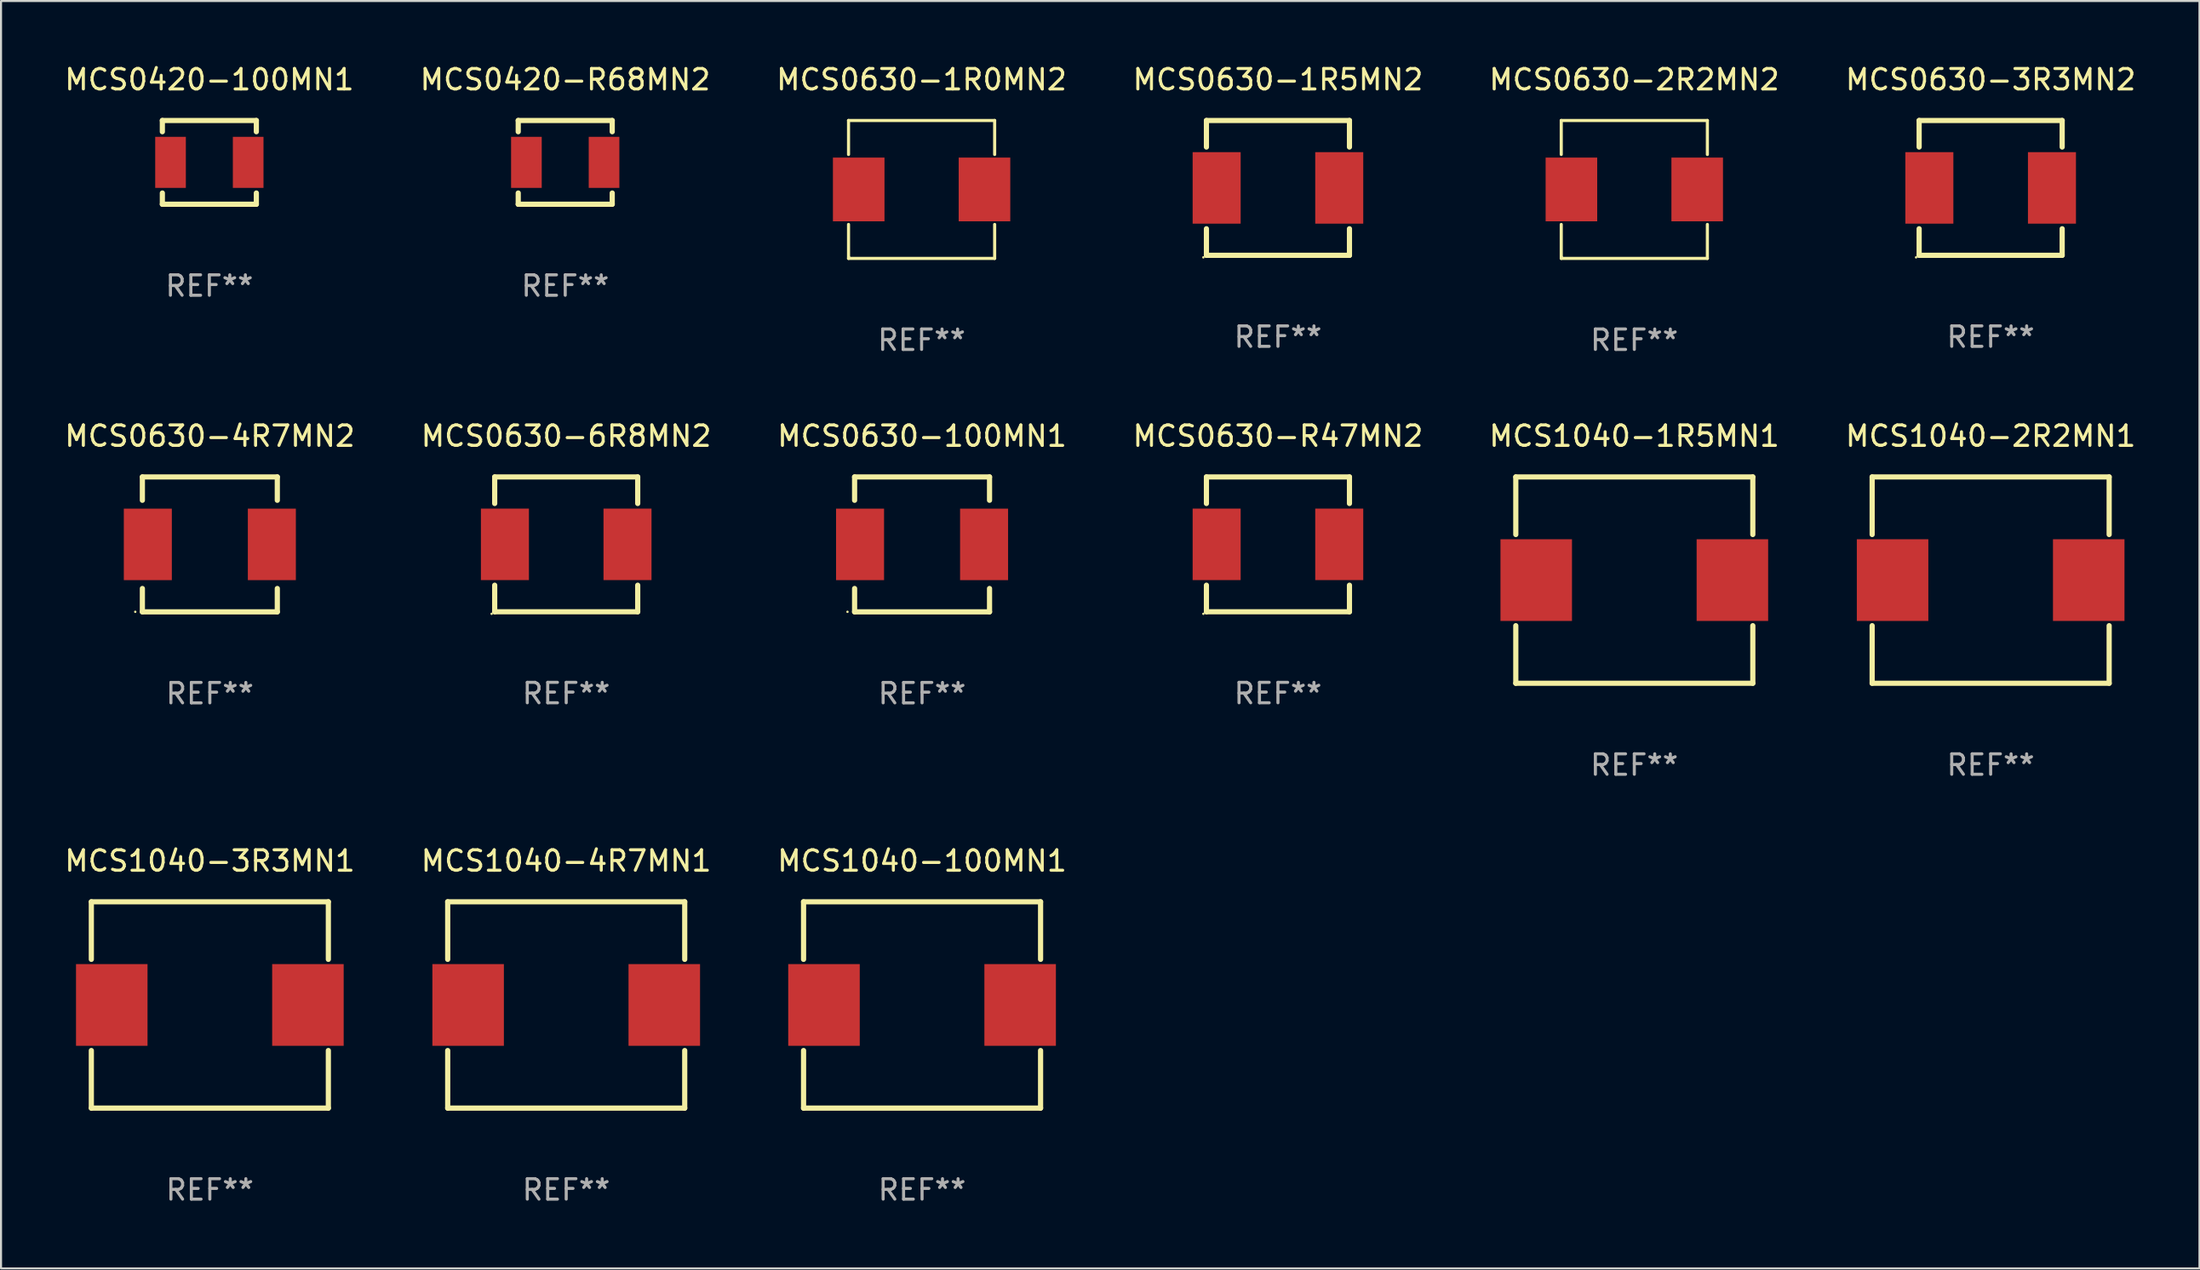
<source format=kicad_pcb>
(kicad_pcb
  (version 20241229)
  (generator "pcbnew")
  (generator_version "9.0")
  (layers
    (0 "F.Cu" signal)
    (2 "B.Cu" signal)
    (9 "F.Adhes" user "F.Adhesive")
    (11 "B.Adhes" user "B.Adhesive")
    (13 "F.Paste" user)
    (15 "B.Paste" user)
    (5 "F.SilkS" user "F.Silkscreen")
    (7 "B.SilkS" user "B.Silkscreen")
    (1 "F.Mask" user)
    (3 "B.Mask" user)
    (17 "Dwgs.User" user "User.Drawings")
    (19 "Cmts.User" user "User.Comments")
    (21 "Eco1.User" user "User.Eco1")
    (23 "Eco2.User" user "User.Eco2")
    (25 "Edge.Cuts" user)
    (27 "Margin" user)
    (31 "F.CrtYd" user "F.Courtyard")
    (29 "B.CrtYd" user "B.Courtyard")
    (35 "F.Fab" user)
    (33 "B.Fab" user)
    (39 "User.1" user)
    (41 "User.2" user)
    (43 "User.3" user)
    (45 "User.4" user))
  (footprint "MCS0630-2R2MN2"
    (layer "F.Cu")
    (at 76.935 6.224)
    (property "Reference" "MCS0630-2R2MN2" (at 0 -5.376 0) (layer "F.SilkS") (effects (font (size 1 1) (thickness 0.15))))
    (attr through_hole)
    (fp_line (start -3.576 -3.376) (end 3.576 -3.376) (stroke (width 0.152) (type solid)) (layer "F.SilkS"))
    (fp_line (start -3.576 -1.712) (end -3.576 -3.376) (stroke (width 0.152) (type solid)) (layer "F.SilkS"))
    (fp_line (start -3.576 1.712) (end -3.576 3.376) (stroke (width 0.152) (type solid)) (layer "F.SilkS"))
    (fp_line (start -3.576 3.376) (end 3.576 3.376) (stroke (width 0.152) (type solid)) (layer "F.SilkS"))
    (fp_line (start 3.576 -3.376) (end 3.576 -1.712) (stroke (width 0.152) (type solid)) (layer "F.SilkS"))
    (fp_line (start 3.576 3.376) (end 3.576 1.712) (stroke (width 0.152) (type solid)) (layer "F.SilkS"))
    (fp_circle (center -3.552 3.307) (end -3.522 3.307) (stroke (width 0.06) (type solid)) (fill no) (layer "F.SilkS"))
    (fp_text user "REF**" (at 0 7.376 0) (layer "F.Fab") (effects (font (size 1 1) (thickness 0.15))))
    (pad "1" smd rect (at -3.078 0) (size 2.524 3.12) (layers "F.Cu" "F.Mask" "F.Paste"))
    (pad "2" smd rect (at 3.078 0) (size 2.524 3.12) (layers "F.Cu" "F.Mask" "F.Paste")))
  (footprint "MCS1040-1R5MN1"
    (layer "F.Cu")
    (at 76.935 25.347)
    (property "Reference" "MCS1040-1R5MN1" (at 0 -7.05 0) (layer "F.SilkS") (effects (font (size 1 1) (thickness 0.15))))
    (attr through_hole)
    (fp_line (start -5.8 -5.05) (end 5.8 -5.05) (stroke (width 0.254) (type solid)) (layer "F.SilkS"))
    (fp_line (start -5.8 -2.231) (end -5.8 -5.05) (stroke (width 0.254) (type solid)) (layer "F.SilkS"))
    (fp_line (start -5.8 5.05) (end -5.8 2.231) (stroke (width 0.254) (type solid)) (layer "F.SilkS"))
    (fp_line (start 5.8 -5.05) (end 5.8 -2.231) (stroke (width 0.254) (type solid)) (layer "F.SilkS"))
    (fp_line (start 5.8 2.231) (end 5.8 5.05) (stroke (width 0.254) (type solid)) (layer "F.SilkS"))
    (fp_line (start 5.8 5.05) (end -5.8 5.05) (stroke (width 0.254) (type solid)) (layer "F.SilkS"))
    (fp_circle (center -5.8 5.05) (end -5.77 5.05) (stroke (width 0.06) (type solid)) (fill no) (layer "F.SilkS"))
    (fp_text user "REF**" (at 0 9.05 0) (layer "F.Fab") (effects (font (size 1 1) (thickness 0.15))))
    (pad "1" smd rect (at -4.8 0) (size 3.5 4) (layers "F.Cu" "F.Mask" "F.Paste"))
    (pad "2" smd rect (at 4.8 0) (size 3.5 4) (layers "F.Cu" "F.Mask" "F.Paste")))
  (footprint "MCS1040-4R7MN1"
    (layer "F.Cu")
    (at 24.661 46.144)
    (property "Reference" "MCS1040-4R7MN1" (at 0 -7.05 0) (layer "F.SilkS") (effects (font (size 1 1) (thickness 0.15))))
    (attr through_hole)
    (fp_line (start -5.8 -5.05) (end 5.8 -5.05) (stroke (width 0.254) (type solid)) (layer "F.SilkS"))
    (fp_line (start -5.8 -2.231) (end -5.8 -5.05) (stroke (width 0.254) (type solid)) (layer "F.SilkS"))
    (fp_line (start -5.8 5.05) (end -5.8 2.231) (stroke (width 0.254) (type solid)) (layer "F.SilkS"))
    (fp_line (start 5.8 -5.05) (end 5.8 -2.231) (stroke (width 0.254) (type solid)) (layer "F.SilkS"))
    (fp_line (start 5.8 2.231) (end 5.8 5.05) (stroke (width 0.254) (type solid)) (layer "F.SilkS"))
    (fp_line (start 5.8 5.05) (end -5.8 5.05) (stroke (width 0.254) (type solid)) (layer "F.SilkS"))
    (fp_circle (center -5.8 5.05) (end -5.77 5.05) (stroke (width 0.06) (type solid)) (fill no) (layer "F.SilkS"))
    (fp_text user "REF**" (at 0 9.05 0) (layer "F.Fab") (effects (font (size 1 1) (thickness 0.15))))
    (pad "1" smd rect (at -4.8 0) (size 3.5 4) (layers "F.Cu" "F.Mask" "F.Paste"))
    (pad "2" smd rect (at 4.8 0) (size 3.5 4) (layers "F.Cu" "F.Mask" "F.Paste")))
  (footprint "MCS1040-100MN1"
    (layer "F.Cu")
    (at 42.077 46.144)
    (property "Reference" "MCS1040-100MN1" (at 0 -7.05 0) (layer "F.SilkS") (effects (font (size 1 1) (thickness 0.15))))
    (attr through_hole)
    (fp_line (start -5.8 -5.05) (end 5.8 -5.05) (stroke (width 0.254) (type solid)) (layer "F.SilkS"))
    (fp_line (start -5.8 -2.231) (end -5.8 -5.05) (stroke (width 0.254) (type solid)) (layer "F.SilkS"))
    (fp_line (start -5.8 5.05) (end -5.8 2.231) (stroke (width 0.254) (type solid)) (layer "F.SilkS"))
    (fp_line (start 5.8 -5.05) (end 5.8 -2.231) (stroke (width 0.254) (type solid)) (layer "F.SilkS"))
    (fp_line (start 5.8 2.231) (end 5.8 5.05) (stroke (width 0.254) (type solid)) (layer "F.SilkS"))
    (fp_line (start 5.8 5.05) (end -5.8 5.05) (stroke (width 0.254) (type solid)) (layer "F.SilkS"))
    (fp_circle (center -5.8 5.05) (end -5.77 5.05) (stroke (width 0.06) (type solid)) (fill no) (layer "F.SilkS"))
    (fp_text user "REF**" (at 0 9.05 0) (layer "F.Fab") (effects (font (size 1 1) (thickness 0.15))))
    (pad "1" smd rect (at -4.8 0) (size 3.5 4) (layers "F.Cu" "F.Mask" "F.Paste"))
    (pad "2" smd rect (at 4.8 0) (size 3.5 4) (layers "F.Cu" "F.Mask" "F.Paste")))
  (footprint "MCS0630-100MN1"
    (layer "F.Cu")
    (at 42.077 23.599)
    (property "Reference" "MCS0630-100MN1" (at 0 -5.302 0) (layer "F.SilkS") (effects (font (size 1 1) (thickness 0.15))))
    (attr through_hole)
    (fp_line (start -3.302 3.302) (end -3.302 2.159) (stroke (width 0.254) (type solid)) (layer "F.SilkS"))
    (fp_line (start -3.302 -3.302) (end 3.302 -3.302) (stroke (width 0.254) (type solid)) (layer "F.SilkS"))
    (fp_line (start -3.302 -2.159) (end -3.302 -3.302) (stroke (width 0.254) (type solid)) (layer "F.SilkS"))
    (fp_line (start 3.302 2.159) (end 3.302 3.302) (stroke (width 0.254) (type solid)) (layer "F.SilkS"))
    (fp_line (start 3.302 3.302) (end -3.302 3.302) (stroke (width 0.254) (type solid)) (layer "F.SilkS"))
    (fp_line (start 3.302 -3.302) (end 3.302 -2.159) (stroke (width 0.254) (type solid)) (layer "F.SilkS"))
    (fp_circle (center -3.65 3.3) (end -3.62 3.3) (stroke (width 0.06) (type solid)) (fill no) (layer "F.SilkS"))
    (fp_text user "REF**" (at 0 7.302 0) (layer "F.Fab") (effects (font (size 1 1) (thickness 0.15))))
    (pad "1" smd rect (at -3.035 0) (size 2.35 3.5) (layers "F.Cu" "F.Mask" "F.Paste"))
    (pad "2" smd rect (at 3.035 0) (size 2.35 3.5) (layers "F.Cu" "F.Mask" "F.Paste")))
  (footprint "MCS1040-3R3MN1"
    (layer "F.Cu")
    (at 7.22 46.144)
    (property "Reference" "MCS1040-3R3MN1" (at 0 -7.05 0) (layer "F.SilkS") (effects (font (size 1 1) (thickness 0.15))))
    (attr through_hole)
    (fp_line (start -5.8 -5.05) (end 5.8 -5.05) (stroke (width 0.254) (type solid)) (layer "F.SilkS"))
    (fp_line (start -5.8 -2.231) (end -5.8 -5.05) (stroke (width 0.254) (type solid)) (layer "F.SilkS"))
    (fp_line (start -5.8 5.05) (end -5.8 2.231) (stroke (width 0.254) (type solid)) (layer "F.SilkS"))
    (fp_line (start 5.8 -5.05) (end 5.8 -2.231) (stroke (width 0.254) (type solid)) (layer "F.SilkS"))
    (fp_line (start 5.8 2.231) (end 5.8 5.05) (stroke (width 0.254) (type solid)) (layer "F.SilkS"))
    (fp_line (start 5.8 5.05) (end -5.8 5.05) (stroke (width 0.254) (type solid)) (layer "F.SilkS"))
    (fp_circle (center -5.8 5.05) (end -5.77 5.05) (stroke (width 0.06) (type solid)) (fill no) (layer "F.SilkS"))
    (fp_text user "REF**" (at 0 9.05 0) (layer "F.Fab") (effects (font (size 1 1) (thickness 0.15))))
    (pad "1" smd rect (at -4.8 0) (size 3.5 4) (layers "F.Cu" "F.Mask" "F.Paste"))
    (pad "2" smd rect (at 4.8 0) (size 3.5 4) (layers "F.Cu" "F.Mask" "F.Paste")))
  (footprint "MCS0630-4R7MN2"
    (layer "F.Cu")
    (at 7.22 23.599)
    (property "Reference" "MCS0630-4R7MN2" (at 0 -5.302 0) (layer "F.SilkS") (effects (font (size 1 1) (thickness 0.15))))
    (attr through_hole)
    (fp_line (start -3.302 3.302) (end -3.302 2.159) (stroke (width 0.254) (type solid)) (layer "F.SilkS"))
    (fp_line (start -3.302 -3.302) (end 3.302 -3.302) (stroke (width 0.254) (type solid)) (layer "F.SilkS"))
    (fp_line (start -3.302 -2.159) (end -3.302 -3.302) (stroke (width 0.254) (type solid)) (layer "F.SilkS"))
    (fp_line (start 3.302 2.159) (end 3.302 3.302) (stroke (width 0.254) (type solid)) (layer "F.SilkS"))
    (fp_line (start 3.302 3.302) (end -3.302 3.302) (stroke (width 0.254) (type solid)) (layer "F.SilkS"))
    (fp_line (start 3.302 -3.302) (end 3.302 -2.159) (stroke (width 0.254) (type solid)) (layer "F.SilkS"))
    (fp_circle (center -3.65 3.3) (end -3.62 3.3) (stroke (width 0.06) (type solid)) (fill no) (layer "F.SilkS"))
    (fp_text user "REF**" (at 0 7.302 0) (layer "F.Fab") (effects (font (size 1 1) (thickness 0.15))))
    (pad "1" smd rect (at -3.035 0) (size 2.35 3.5) (layers "F.Cu" "F.Mask" "F.Paste"))
    (pad "2" smd rect (at 3.035 0) (size 2.35 3.5) (layers "F.Cu" "F.Mask" "F.Paste")))
  (footprint "MCS0630-6R8MN2"
    (layer "F.Cu")
    (at 24.661 23.597)
    (property "Reference" "MCS0630-6R8MN2" (at 0 -5.3 0) (layer "F.SilkS") (effects (font (size 1 1) (thickness 0.15))))
    (attr through_hole)
    (fp_line (start -3.5 3.3) (end 3.5 3.3) (stroke (width 0.254) (type solid)) (layer "F.SilkS"))
    (fp_line (start -3.5 -3.3) (end -3.5 -2) (stroke (width 0.254) (type solid)) (layer "F.SilkS"))
    (fp_line (start -3.5 -3.3) (end 3.5 -3.3) (stroke (width 0.254) (type solid)) (layer "F.SilkS"))
    (fp_line (start -3.5 2) (end -3.5 3.3) (stroke (width 0.254) (type solid)) (layer "F.SilkS"))
    (fp_line (start 3.5 -3.3) (end 3.5 -2) (stroke (width 0.254) (type solid)) (layer "F.SilkS"))
    (fp_line (start 3.5 2) (end 3.5 3.3) (stroke (width 0.254) (type solid)) (layer "F.SilkS"))
    (fp_circle (center -3.65 3.4) (end -3.62 3.4) (stroke (width 0.06) (type solid)) (fill no) (layer "F.SilkS"))
    (fp_text user "REF**" (at 0 7.3 0) (layer "F.Fab") (effects (font (size 1 1) (thickness 0.15))))
    (pad "1" smd rect (at -3 0) (size 2.35 3.5) (layers "F.Cu" "F.Mask" "F.Paste"))
    (pad "2" smd rect (at 3 0) (size 2.35 3.5) (layers "F.Cu" "F.Mask" "F.Paste")))
  (footprint "MCS0630-3R3MN2"
    (layer "F.Cu")
    (at 94.375 6.148)
    (property "Reference" "MCS0630-3R3MN2" (at 0 -5.3 0) (layer "F.SilkS") (effects (font (size 1 1) (thickness 0.15))))
    (attr through_hole)
    (fp_line (start -3.5 3.3) (end 3.5 3.3) (stroke (width 0.254) (type solid)) (layer "F.SilkS"))
    (fp_line (start -3.5 -3.3) (end -3.5 -2) (stroke (width 0.254) (type solid)) (layer "F.SilkS"))
    (fp_line (start -3.5 -3.3) (end 3.5 -3.3) (stroke (width 0.254) (type solid)) (layer "F.SilkS"))
    (fp_line (start -3.5 2) (end -3.5 3.3) (stroke (width 0.254) (type solid)) (layer "F.SilkS"))
    (fp_line (start 3.5 -3.3) (end 3.5 -2) (stroke (width 0.254) (type solid)) (layer "F.SilkS"))
    (fp_line (start 3.5 2) (end 3.5 3.3) (stroke (width 0.254) (type solid)) (layer "F.SilkS"))
    (fp_circle (center -3.65 3.4) (end -3.62 3.4) (stroke (width 0.06) (type solid)) (fill no) (layer "F.SilkS"))
    (fp_text user "REF**" (at 0 7.3 0) (layer "F.Fab") (effects (font (size 1 1) (thickness 0.15))))
    (pad "1" smd rect (at -3 0) (size 2.35 3.5) (layers "F.Cu" "F.Mask" "F.Paste"))
    (pad "2" smd rect (at 3 0) (size 2.35 3.5) (layers "F.Cu" "F.Mask" "F.Paste")))
  (footprint "MCS0420-R68MN2"
    (layer "F.Cu")
    (at 24.613 4.898)
    (property "Reference" "MCS0420-R68MN2" (at 0 -4.05 0) (layer "F.SilkS") (effects (font (size 1 1) (thickness 0.15))))
    (attr through_hole)
    (fp_line (start -2.3 -2.05) (end 2.3 -2.05) (stroke (width 0.254) (type solid)) (layer "F.SilkS"))
    (fp_line (start -2.3 -1.5) (end -2.3 -2.05) (stroke (width 0.254) (type solid)) (layer "F.SilkS"))
    (fp_line (start -2.3 2.05) (end -2.3 1.5) (stroke (width 0.254) (type solid)) (layer "F.SilkS"))
    (fp_line (start 2.3 2.05) (end 2.3 1.5) (stroke (width 0.254) (type solid)) (layer "F.SilkS"))
    (fp_line (start 2.3 -1.5) (end 2.3 -2.049) (stroke (width 0.254) (type solid)) (layer "F.SilkS"))
    (fp_line (start 2.3 2.05) (end -2.3 2.05) (stroke (width 0.254) (type solid)) (layer "F.SilkS"))
    (fp_circle (center -2.3 2.05) (end -2.27 2.05) (stroke (width 0.06) (type solid)) (fill no) (layer "F.SilkS"))
    (fp_text user "REF**" (at 0 6.05 0) (layer "F.Fab") (effects (font (size 1 1) (thickness 0.15))))
    (pad "1" smd rect (at -1.9 0 90) (size 2.5 1.5) (layers "F.Cu" "F.Mask" "F.Paste"))
    (pad "2" smd rect (at 1.9 0 90) (size 2.5 1.5) (layers "F.Cu" "F.Mask" "F.Paste")))
  (footprint "MCS0630-1R0MN2"
    (layer "F.Cu")
    (at 42.054 6.224)
    (property "Reference" "MCS0630-1R0MN2" (at 0 -5.376 0) (layer "F.SilkS") (effects (font (size 1 1) (thickness 0.15))))
    (attr through_hole)
    (fp_line (start -3.576 -3.376) (end 3.576 -3.376) (stroke (width 0.152) (type solid)) (layer "F.SilkS"))
    (fp_line (start -3.576 -1.712) (end -3.576 -3.376) (stroke (width 0.152) (type solid)) (layer "F.SilkS"))
    (fp_line (start -3.576 1.712) (end -3.576 3.376) (stroke (width 0.152) (type solid)) (layer "F.SilkS"))
    (fp_line (start -3.576 3.376) (end 3.576 3.376) (stroke (width 0.152) (type solid)) (layer "F.SilkS"))
    (fp_line (start 3.576 -3.376) (end 3.576 -1.712) (stroke (width 0.152) (type solid)) (layer "F.SilkS"))
    (fp_line (start 3.576 3.376) (end 3.576 1.712) (stroke (width 0.152) (type solid)) (layer "F.SilkS"))
    (fp_circle (center -3.552 3.307) (end -3.522 3.307) (stroke (width 0.06) (type solid)) (fill no) (layer "F.SilkS"))
    (fp_text user "REF**" (at 0 7.376 0) (layer "F.Fab") (effects (font (size 1 1) (thickness 0.15))))
    (pad "1" smd rect (at -3.078 0) (size 2.524 3.12) (layers "F.Cu" "F.Mask" "F.Paste"))
    (pad "2" smd rect (at 3.078 0) (size 2.524 3.12) (layers "F.Cu" "F.Mask" "F.Paste")))
  (footprint "MCS0630-1R5MN2"
    (layer "F.Cu")
    (at 59.494 6.148)
    (property "Reference" "MCS0630-1R5MN2" (at 0 -5.3 0) (layer "F.SilkS") (effects (font (size 1 1) (thickness 0.15))))
    (attr through_hole)
    (fp_line (start -3.5 3.3) (end 3.5 3.3) (stroke (width 0.254) (type solid)) (layer "F.SilkS"))
    (fp_line (start -3.5 -3.3) (end -3.5 -2) (stroke (width 0.254) (type solid)) (layer "F.SilkS"))
    (fp_line (start -3.5 -3.3) (end 3.5 -3.3) (stroke (width 0.254) (type solid)) (layer "F.SilkS"))
    (fp_line (start -3.5 2) (end -3.5 3.3) (stroke (width 0.254) (type solid)) (layer "F.SilkS"))
    (fp_line (start 3.5 -3.3) (end 3.5 -2) (stroke (width 0.254) (type solid)) (layer "F.SilkS"))
    (fp_line (start 3.5 2) (end 3.5 3.3) (stroke (width 0.254) (type solid)) (layer "F.SilkS"))
    (fp_circle (center -3.65 3.4) (end -3.62 3.4) (stroke (width 0.06) (type solid)) (fill no) (layer "F.SilkS"))
    (fp_text user "REF**" (at 0 7.3 0) (layer "F.Fab") (effects (font (size 1 1) (thickness 0.15))))
    (pad "1" smd rect (at -3 0) (size 2.35 3.5) (layers "F.Cu" "F.Mask" "F.Paste"))
    (pad "2" smd rect (at 3 0) (size 2.35 3.5) (layers "F.Cu" "F.Mask" "F.Paste")))
  (footprint "MCS1040-2R2MN1"
    (layer "F.Cu")
    (at 94.375 25.347)
    (property "Reference" "MCS1040-2R2MN1" (at 0 -7.05 0) (layer "F.SilkS") (effects (font (size 1 1) (thickness 0.15))))
    (attr through_hole)
    (fp_line (start -5.8 -5.05) (end 5.8 -5.05) (stroke (width 0.254) (type solid)) (layer "F.SilkS"))
    (fp_line (start -5.8 -2.231) (end -5.8 -5.05) (stroke (width 0.254) (type solid)) (layer "F.SilkS"))
    (fp_line (start -5.8 5.05) (end -5.8 2.231) (stroke (width 0.254) (type solid)) (layer "F.SilkS"))
    (fp_line (start 5.8 -5.05) (end 5.8 -2.231) (stroke (width 0.254) (type solid)) (layer "F.SilkS"))
    (fp_line (start 5.8 2.231) (end 5.8 5.05) (stroke (width 0.254) (type solid)) (layer "F.SilkS"))
    (fp_line (start 5.8 5.05) (end -5.8 5.05) (stroke (width 0.254) (type solid)) (layer "F.SilkS"))
    (fp_circle (center -5.8 5.05) (end -5.77 5.05) (stroke (width 0.06) (type solid)) (fill no) (layer "F.SilkS"))
    (fp_text user "REF**" (at 0 9.05 0) (layer "F.Fab") (effects (font (size 1 1) (thickness 0.15))))
    (pad "1" smd rect (at -4.8 0) (size 3.5 4) (layers "F.Cu" "F.Mask" "F.Paste"))
    (pad "2" smd rect (at 4.8 0) (size 3.5 4) (layers "F.Cu" "F.Mask" "F.Paste")))
  (footprint "MCS0630-R47MN2"
    (layer "F.Cu")
    (at 59.494 23.597)
    (property "Reference" "MCS0630-R47MN2" (at 0 -5.3 0) (layer "F.SilkS") (effects (font (size 1 1) (thickness 0.15))))
    (attr through_hole)
    (fp_line (start -3.5 3.3) (end 3.5 3.3) (stroke (width 0.254) (type solid)) (layer "F.SilkS"))
    (fp_line (start -3.5 -3.3) (end -3.5 -2) (stroke (width 0.254) (type solid)) (layer "F.SilkS"))
    (fp_line (start -3.5 -3.3) (end 3.5 -3.3) (stroke (width 0.254) (type solid)) (layer "F.SilkS"))
    (fp_line (start -3.5 2) (end -3.5 3.3) (stroke (width 0.254) (type solid)) (layer "F.SilkS"))
    (fp_line (start 3.5 -3.3) (end 3.5 -2) (stroke (width 0.254) (type solid)) (layer "F.SilkS"))
    (fp_line (start 3.5 2) (end 3.5 3.3) (stroke (width 0.254) (type solid)) (layer "F.SilkS"))
    (fp_circle (center -3.65 3.4) (end -3.62 3.4) (stroke (width 0.06) (type solid)) (fill no) (layer "F.SilkS"))
    (fp_text user "REF**" (at 0 7.3 0) (layer "F.Fab") (effects (font (size 1 1) (thickness 0.15))))
    (pad "1" smd rect (at -3 0) (size 2.35 3.5) (layers "F.Cu" "F.Mask" "F.Paste"))
    (pad "2" smd rect (at 3 0) (size 2.35 3.5) (layers "F.Cu" "F.Mask" "F.Paste")))
  (footprint "MCS0420-100MN1"
    (layer "F.Cu")
    (at 7.196 4.898)
    (property "Reference" "MCS0420-100MN1" (at 0 -4.05 0) (layer "F.SilkS") (effects (font (size 1 1) (thickness 0.15))))
    (attr through_hole)
    (fp_line (start -2.3 -2.05) (end 2.3 -2.05) (stroke (width 0.254) (type solid)) (layer "F.SilkS"))
    (fp_line (start -2.3 -1.5) (end -2.3 -2.05) (stroke (width 0.254) (type solid)) (layer "F.SilkS"))
    (fp_line (start -2.3 2.05) (end -2.3 1.5) (stroke (width 0.254) (type solid)) (layer "F.SilkS"))
    (fp_line (start 2.3 2.05) (end 2.3 1.5) (stroke (width 0.254) (type solid)) (layer "F.SilkS"))
    (fp_line (start 2.3 -1.5) (end 2.3 -2.049) (stroke (width 0.254) (type solid)) (layer "F.SilkS"))
    (fp_line (start 2.3 2.05) (end -2.3 2.05) (stroke (width 0.254) (type solid)) (layer "F.SilkS"))
    (fp_circle (center -2.3 2.05) (end -2.27 2.05) (stroke (width 0.06) (type solid)) (fill no) (layer "F.SilkS"))
    (fp_text user "REF**" (at 0 6.05 0) (layer "F.Fab") (effects (font (size 1 1) (thickness 0.15))))
    (pad "1" smd rect (at -1.9 0 90) (size 2.5 1.5) (layers "F.Cu" "F.Mask" "F.Paste"))
    (pad "2" smd rect (at 1.9 0 90) (size 2.5 1.5) (layers "F.Cu" "F.Mask" "F.Paste")))
  (gr_rect
    (start -3 -3)
    (end 104.595 59.042)
    (stroke (width 0.1) (type default))
    (fill no)
    (layer "Edge.Cuts")))
</source>
